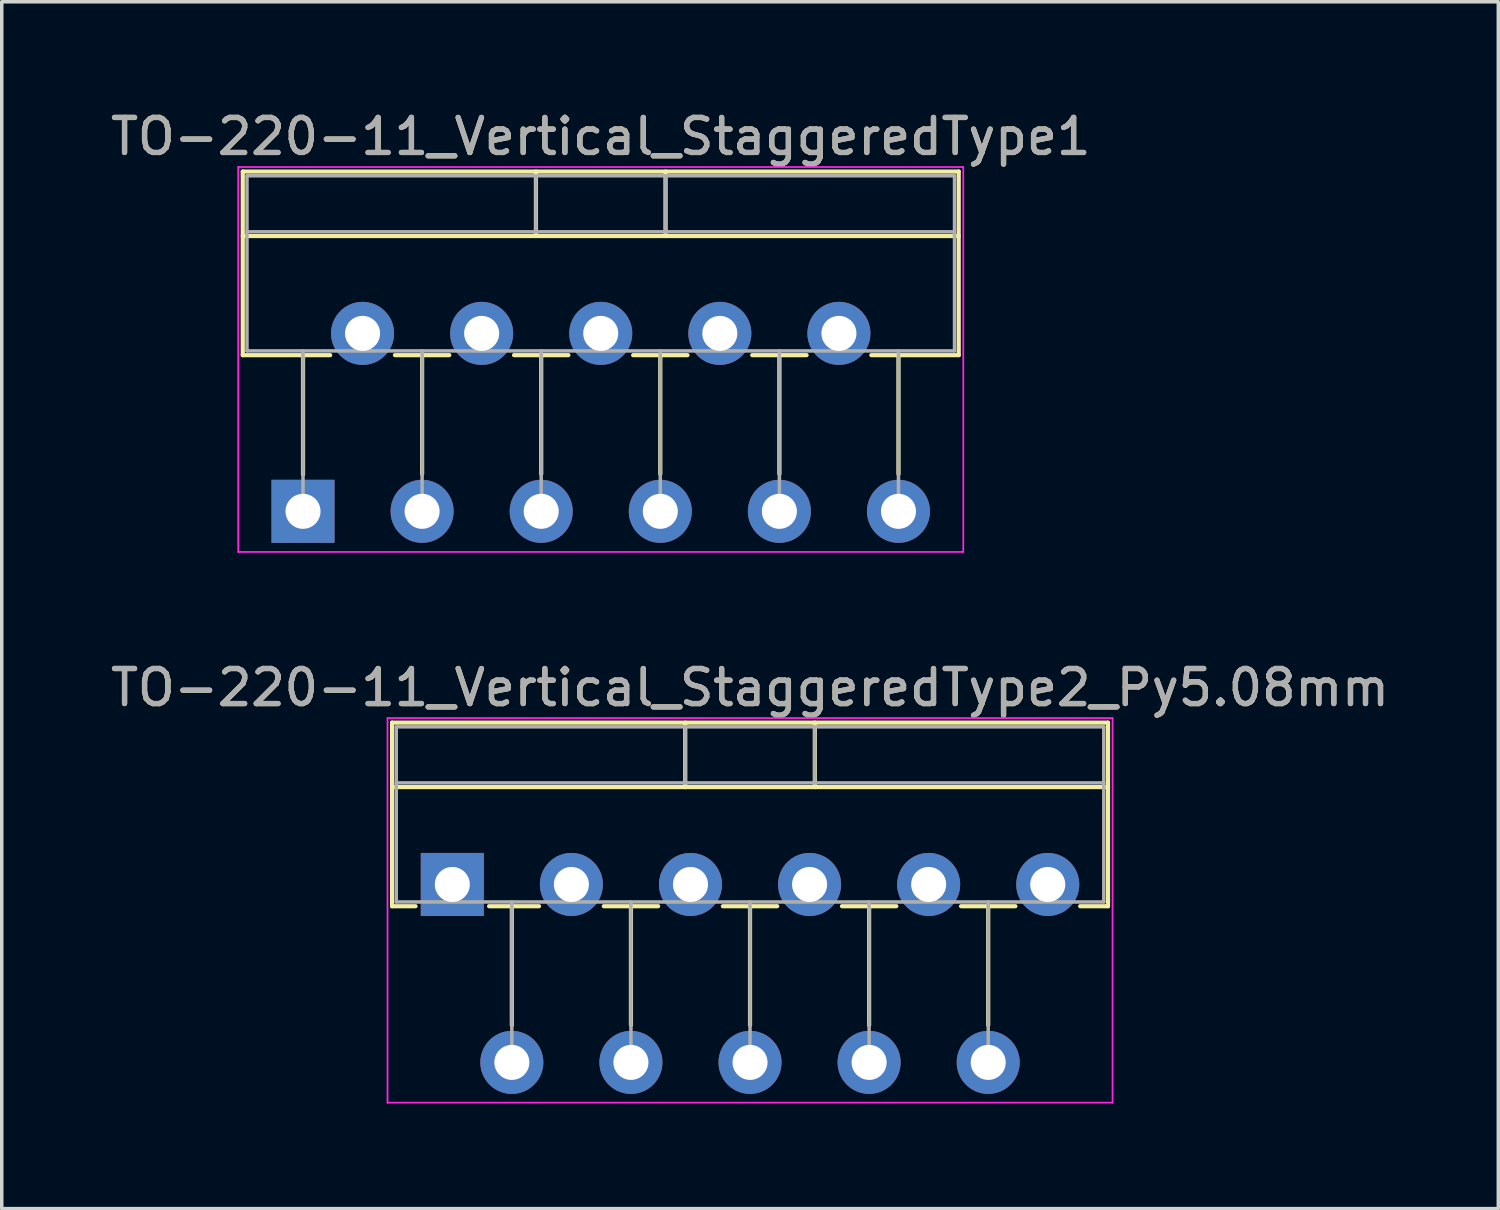
<source format=kicad_pcb>
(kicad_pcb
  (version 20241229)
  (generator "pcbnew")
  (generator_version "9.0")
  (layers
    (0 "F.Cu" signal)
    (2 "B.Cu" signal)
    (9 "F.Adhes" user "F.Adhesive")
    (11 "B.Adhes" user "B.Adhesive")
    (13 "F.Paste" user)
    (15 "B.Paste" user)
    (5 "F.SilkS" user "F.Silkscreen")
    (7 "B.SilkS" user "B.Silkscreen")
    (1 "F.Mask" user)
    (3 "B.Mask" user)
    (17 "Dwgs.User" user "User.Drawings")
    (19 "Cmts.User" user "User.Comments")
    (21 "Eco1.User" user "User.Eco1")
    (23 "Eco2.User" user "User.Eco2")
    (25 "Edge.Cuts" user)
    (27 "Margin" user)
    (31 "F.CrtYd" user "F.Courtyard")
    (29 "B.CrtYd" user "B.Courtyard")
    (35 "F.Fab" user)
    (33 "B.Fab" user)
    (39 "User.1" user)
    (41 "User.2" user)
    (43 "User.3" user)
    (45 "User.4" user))
  (footprint "TO-220-11_Vertical_StaggeredType2_Py5.08mm"
    (layer "F.Cu")
    (at 9.863 22.201)
    (property "Reference" "TO-220-11_Vertical_StaggeredType2_Py5.08mm" (at 8.5 -5.62 0) (layer "F.SilkS") (effects (font (size 1 1) (thickness 0.15))))
    (attr through_hole)
    (fp_line (start -1.72 -4.62) (end -1.72 0.621) (stroke (width 0.12) (type solid)) (layer "F.SilkS"))
    (fp_line (start -1.72 -4.62) (end 18.72 -4.62) (stroke (width 0.12) (type solid)) (layer "F.SilkS"))
    (fp_line (start -1.72 -2.78) (end 18.72 -2.78) (stroke (width 0.12) (type solid)) (layer "F.SilkS"))
    (fp_line (start -1.72 0.621) (end -1.05 0.621) (stroke (width 0.12) (type solid)) (layer "F.SilkS"))
    (fp_line (start 1.05 0.621) (end 2.476 0.621) (stroke (width 0.12) (type solid)) (layer "F.SilkS"))
    (fp_line (start 1.7 0.621) (end 1.7 4.015) (stroke (width 0.12) (type solid)) (layer "F.SilkS"))
    (fp_line (start 4.325 0.621) (end 5.876 0.621) (stroke (width 0.12) (type solid)) (layer "F.SilkS"))
    (fp_line (start 5.1 0.621) (end 5.1 4.015) (stroke (width 0.12) (type solid)) (layer "F.SilkS"))
    (fp_line (start 6.65 -4.62) (end 6.65 -2.78) (stroke (width 0.12) (type solid)) (layer "F.SilkS"))
    (fp_line (start 7.725 0.621) (end 9.276 0.621) (stroke (width 0.12) (type solid)) (layer "F.SilkS"))
    (fp_line (start 8.5 0.621) (end 8.5 4.015) (stroke (width 0.12) (type solid)) (layer "F.SilkS"))
    (fp_line (start 10.35 -4.62) (end 10.35 -2.78) (stroke (width 0.12) (type solid)) (layer "F.SilkS"))
    (fp_line (start 11.125 0.621) (end 12.676 0.621) (stroke (width 0.12) (type solid)) (layer "F.SilkS"))
    (fp_line (start 11.9 0.621) (end 11.9 4.015) (stroke (width 0.12) (type solid)) (layer "F.SilkS"))
    (fp_line (start 14.525 0.621) (end 16.076 0.621) (stroke (width 0.12) (type solid)) (layer "F.SilkS"))
    (fp_line (start 15.3 0.621) (end 15.3 4.015) (stroke (width 0.12) (type solid)) (layer "F.SilkS"))
    (fp_line (start 17.925 0.621) (end 18.72 0.621) (stroke (width 0.12) (type solid)) (layer "F.SilkS"))
    (fp_line (start 18.72 -4.62) (end 18.72 0.621) (stroke (width 0.12) (type solid)) (layer "F.SilkS"))
    (fp_line (start -1.85 -4.75) (end -1.85 6.23) (stroke (width 0.05) (type solid)) (layer "F.CrtYd"))
    (fp_line (start -1.85 6.23) (end 18.85 6.23) (stroke (width 0.05) (type solid)) (layer "F.CrtYd"))
    (fp_line (start 18.85 -4.75) (end -1.85 -4.75) (stroke (width 0.05) (type solid)) (layer "F.CrtYd"))
    (fp_line (start 18.85 6.23) (end 18.85 -4.75) (stroke (width 0.05) (type solid)) (layer "F.CrtYd"))
    (fp_line (start -1.6 -4.5) (end -1.6 0.5) (stroke (width 0.1) (type solid)) (layer "F.Fab"))
    (fp_line (start -1.6 -2.9) (end 18.6 -2.9) (stroke (width 0.1) (type solid)) (layer "F.Fab"))
    (fp_line (start -1.6 0.5) (end 18.6 0.5) (stroke (width 0.1) (type solid)) (layer "F.Fab"))
    (fp_line (start 1.7 0.5) (end 1.7 5.08) (stroke (width 0.1) (type solid)) (layer "F.Fab"))
    (fp_line (start 5.1 0.5) (end 5.1 5.08) (stroke (width 0.1) (type solid)) (layer "F.Fab"))
    (fp_line (start 6.65 -4.5) (end 6.65 -2.9) (stroke (width 0.1) (type solid)) (layer "F.Fab"))
    (fp_line (start 8.5 0.5) (end 8.5 5.08) (stroke (width 0.1) (type solid)) (layer "F.Fab"))
    (fp_line (start 10.35 -4.5) (end 10.35 -2.9) (stroke (width 0.1) (type solid)) (layer "F.Fab"))
    (fp_line (start 11.9 0.5) (end 11.9 5.08) (stroke (width 0.1) (type solid)) (layer "F.Fab"))
    (fp_line (start 15.3 0.5) (end 15.3 5.08) (stroke (width 0.1) (type solid)) (layer "F.Fab"))
    (fp_line (start 18.6 -4.5) (end -1.6 -4.5) (stroke (width 0.1) (type solid)) (layer "F.Fab"))
    (fp_line (start 18.6 0.5) (end 18.6 -4.5) (stroke (width 0.1) (type solid)) (layer "F.Fab"))
    (fp_text user "${REFERENCE}" (at 8.5 -5.62 0) (layer "F.Fab") (effects (font (size 1 1) (thickness 0.15))))
    (pad "1" thru_hole rect (at 0 0) (size 1.8 1.8) (drill 1) (layers "*.Cu" "*.Mask"))
    (pad "2" thru_hole oval (at 1.7 5.08) (size 1.8 1.8) (drill 1) (layers "*.Cu" "*.Mask"))
    (pad "3" thru_hole oval (at 3.4 0) (size 1.8 1.8) (drill 1) (layers "*.Cu" "*.Mask"))
    (pad "4" thru_hole oval (at 5.1 5.08) (size 1.8 1.8) (drill 1) (layers "*.Cu" "*.Mask"))
    (pad "5" thru_hole oval (at 6.8 0) (size 1.8 1.8) (drill 1) (layers "*.Cu" "*.Mask"))
    (pad "6" thru_hole oval (at 8.5 5.08) (size 1.8 1.8) (drill 1) (layers "*.Cu" "*.Mask"))
    (pad "7" thru_hole oval (at 10.2 0) (size 1.8 1.8) (drill 1) (layers "*.Cu" "*.Mask"))
    (pad "8" thru_hole oval (at 11.9 5.08) (size 1.8 1.8) (drill 1) (layers "*.Cu" "*.Mask"))
    (pad "9" thru_hole oval (at 13.6 0) (size 1.8 1.8) (drill 1) (layers "*.Cu" "*.Mask"))
    (pad "10" thru_hole oval (at 15.3 5.08) (size 1.8 1.8) (drill 1) (layers "*.Cu" "*.Mask"))
    (pad "11" thru_hole oval (at 17 0) (size 1.8 1.8) (drill 1) (layers "*.Cu" "*.Mask")))
  (footprint "TO-220-11_Vertical_StaggeredType1"
    (layer "F.Cu")
    (at 5.601 11.548)
    (property "Reference" "TO-220-11_Vertical_StaggeredType1" (at 8.5 -10.7 0) (layer "F.SilkS") (effects (font (size 1 1) (thickness 0.15))))
    (attr through_hole)
    (fp_line (start -1.72 -9.7) (end -1.72 -4.459) (stroke (width 0.12) (type solid)) (layer "F.SilkS"))
    (fp_line (start -1.72 -9.7) (end 18.72 -9.7) (stroke (width 0.12) (type solid)) (layer "F.SilkS"))
    (fp_line (start -1.72 -7.86) (end 18.72 -7.86) (stroke (width 0.12) (type solid)) (layer "F.SilkS"))
    (fp_line (start -1.72 -4.459) (end 0.776 -4.459) (stroke (width 0.12) (type solid)) (layer "F.SilkS"))
    (fp_line (start 0 -4.459) (end 0 -1.05) (stroke (width 0.12) (type solid)) (layer "F.SilkS"))
    (fp_line (start 2.625 -4.459) (end 4.176 -4.459) (stroke (width 0.12) (type solid)) (layer "F.SilkS"))
    (fp_line (start 3.4 -4.459) (end 3.4 -1.065) (stroke (width 0.12) (type solid)) (layer "F.SilkS"))
    (fp_line (start 6.025 -4.459) (end 7.576 -4.459) (stroke (width 0.12) (type solid)) (layer "F.SilkS"))
    (fp_line (start 6.65 -9.7) (end 6.65 -7.86) (stroke (width 0.12) (type solid)) (layer "F.SilkS"))
    (fp_line (start 6.8 -4.459) (end 6.8 -1.065) (stroke (width 0.12) (type solid)) (layer "F.SilkS"))
    (fp_line (start 9.425 -4.459) (end 10.976 -4.459) (stroke (width 0.12) (type solid)) (layer "F.SilkS"))
    (fp_line (start 10.2 -4.459) (end 10.2 -1.065) (stroke (width 0.12) (type solid)) (layer "F.SilkS"))
    (fp_line (start 10.35 -9.7) (end 10.35 -7.86) (stroke (width 0.12) (type solid)) (layer "F.SilkS"))
    (fp_line (start 12.825 -4.459) (end 14.376 -4.459) (stroke (width 0.12) (type solid)) (layer "F.SilkS"))
    (fp_line (start 13.6 -4.459) (end 13.6 -1.065) (stroke (width 0.12) (type solid)) (layer "F.SilkS"))
    (fp_line (start 16.225 -4.459) (end 18.72 -4.459) (stroke (width 0.12) (type solid)) (layer "F.SilkS"))
    (fp_line (start 17 -4.459) (end 17 -1.065) (stroke (width 0.12) (type solid)) (layer "F.SilkS"))
    (fp_line (start 18.72 -9.7) (end 18.72 -4.459) (stroke (width 0.12) (type solid)) (layer "F.SilkS"))
    (fp_line (start -1.85 -9.83) (end -1.85 1.16) (stroke (width 0.05) (type solid)) (layer "F.CrtYd"))
    (fp_line (start -1.85 1.16) (end 18.85 1.16) (stroke (width 0.05) (type solid)) (layer "F.CrtYd"))
    (fp_line (start 18.85 -9.83) (end -1.85 -9.83) (stroke (width 0.05) (type solid)) (layer "F.CrtYd"))
    (fp_line (start 18.85 1.16) (end 18.85 -9.83) (stroke (width 0.05) (type solid)) (layer "F.CrtYd"))
    (fp_line (start -1.6 -9.58) (end -1.6 -4.58) (stroke (width 0.1) (type solid)) (layer "F.Fab"))
    (fp_line (start -1.6 -7.98) (end 18.6 -7.98) (stroke (width 0.1) (type solid)) (layer "F.Fab"))
    (fp_line (start -1.6 -4.58) (end 18.6 -4.58) (stroke (width 0.1) (type solid)) (layer "F.Fab"))
    (fp_line (start 0 -4.58) (end 0 0) (stroke (width 0.1) (type solid)) (layer "F.Fab"))
    (fp_line (start 3.4 -4.58) (end 3.4 0) (stroke (width 0.1) (type solid)) (layer "F.Fab"))
    (fp_line (start 6.65 -9.58) (end 6.65 -7.98) (stroke (width 0.1) (type solid)) (layer "F.Fab"))
    (fp_line (start 6.8 -4.58) (end 6.8 0) (stroke (width 0.1) (type solid)) (layer "F.Fab"))
    (fp_line (start 10.2 -4.58) (end 10.2 0) (stroke (width 0.1) (type solid)) (layer "F.Fab"))
    (fp_line (start 10.35 -9.58) (end 10.35 -7.98) (stroke (width 0.1) (type solid)) (layer "F.Fab"))
    (fp_line (start 13.6 -4.58) (end 13.6 0) (stroke (width 0.1) (type solid)) (layer "F.Fab"))
    (fp_line (start 17 -4.58) (end 17 0) (stroke (width 0.1) (type solid)) (layer "F.Fab"))
    (fp_line (start 18.6 -9.58) (end -1.6 -9.58) (stroke (width 0.1) (type solid)) (layer "F.Fab"))
    (fp_line (start 18.6 -4.58) (end 18.6 -9.58) (stroke (width 0.1) (type solid)) (layer "F.Fab"))
    (fp_text user "${REFERENCE}" (at 8.5 -10.7 0) (layer "F.Fab") (effects (font (size 1 1) (thickness 0.15))))
    (pad "1" thru_hole rect (at 0 0) (size 1.8 1.8) (drill 1) (layers "*.Cu" "*.Mask"))
    (pad "2" thru_hole oval (at 1.7 -5.08) (size 1.8 1.8) (drill 1) (layers "*.Cu" "*.Mask"))
    (pad "3" thru_hole oval (at 3.4 0) (size 1.8 1.8) (drill 1) (layers "*.Cu" "*.Mask"))
    (pad "4" thru_hole oval (at 5.1 -5.08) (size 1.8 1.8) (drill 1) (layers "*.Cu" "*.Mask"))
    (pad "5" thru_hole oval (at 6.8 0) (size 1.8 1.8) (drill 1) (layers "*.Cu" "*.Mask"))
    (pad "6" thru_hole oval (at 8.5 -5.08) (size 1.8 1.8) (drill 1) (layers "*.Cu" "*.Mask"))
    (pad "7" thru_hole oval (at 10.2 0) (size 1.8 1.8) (drill 1) (layers "*.Cu" "*.Mask"))
    (pad "8" thru_hole oval (at 11.9 -5.08) (size 1.8 1.8) (drill 1) (layers "*.Cu" "*.Mask"))
    (pad "9" thru_hole oval (at 13.6 0) (size 1.8 1.8) (drill 1) (layers "*.Cu" "*.Mask"))
    (pad "10" thru_hole oval (at 15.3 -5.08) (size 1.8 1.8) (drill 1) (layers "*.Cu" "*.Mask"))
    (pad "11" thru_hole oval (at 17 0) (size 1.8 1.8) (drill 1) (layers "*.Cu" "*.Mask")))
  (gr_rect
    (start -3 -3)
    (end 39.726 31.456)
    (stroke (width 0.1) (type default))
    (fill no)
    (layer "Edge.Cuts")))
</source>
